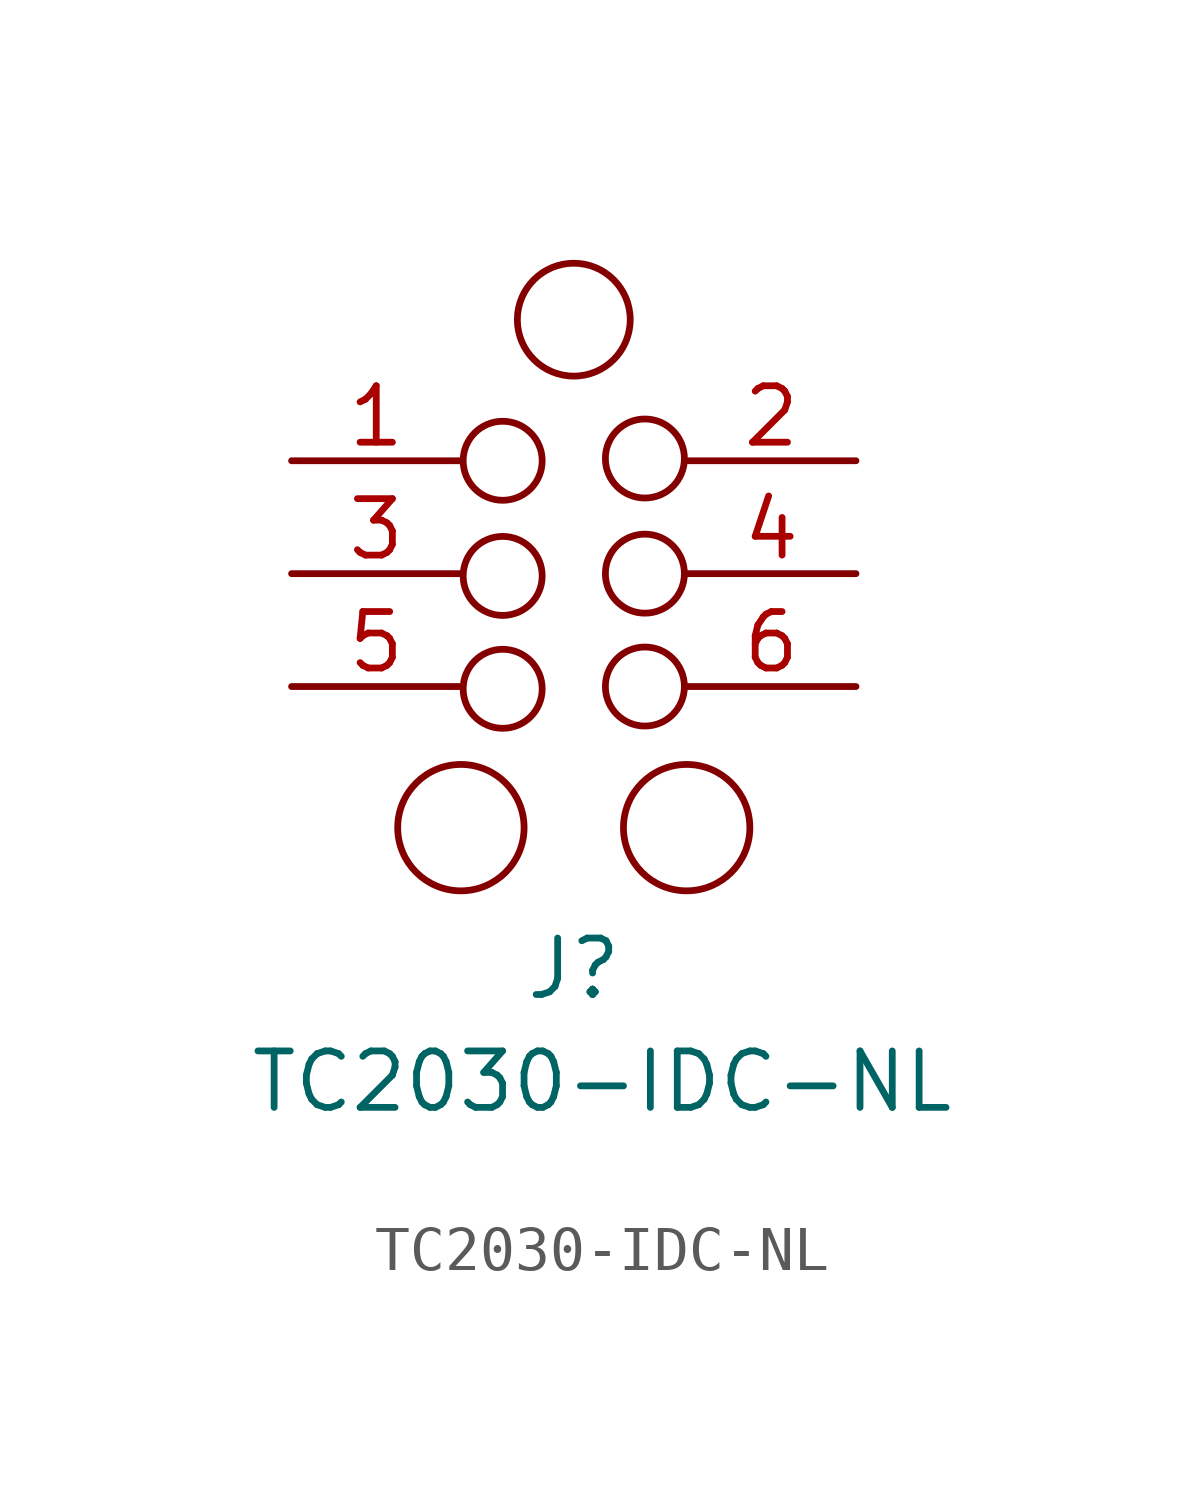
<source format=kicad_sym>
(kicad_symbol_lib
  (version 20220914)
  (generator kicad_symbol_editor)
  (symbol "TC2030-IDC-NL"
    (pin_names
      (offset 1.016) hide)
    (property "Reference" "J"
      (at 0 -8.89 0)
      (effects (font (size 1.27 1.27))))
    (property "Value" "TC2030-IDC-NL"
      (at 0.635 -11.43 0)
      (effects (font (size 1.27 1.27))))
    (symbol "TC2030-IDC-NL_0_1"
      (circle (center -2.54 -5.715) (radius 1.422) (stroke (width 0) (type default)) (fill (type none)))
      (circle (center -1.6 2.54) (radius 0.889) (stroke (width 0) (type default)) (fill (type none)))
      (circle (center 0 5.715) (radius 1.27) (stroke (width 0) (type default)) (fill (type none))))
    (symbol "TC2030-IDC-NL_1_1"
      (circle (center -1.6 -2.591) (radius 0.889) (stroke (width 0) (type default)) (fill (type none)))
      (circle (center -1.6 -0.051) (radius 0.889) (stroke (width 0) (type default)) (fill (type none)))
      (circle (center 1.6 -2.54) (radius 0.889) (stroke (width 0) (type default)) (fill (type none)))
      (circle (center 1.6 0) (radius 0.889) (stroke (width 0) (type default)) (fill (type none)))
      (circle (center 1.6 2.591) (radius 0.889) (stroke (width 0) (type default)) (fill (type none)))
      (circle (center 2.54 -5.715) (radius 1.422) (stroke (width 0) (type default)) (fill (type none)))
      (pin passive line (at -6.35 2.54 0) (length 3.81) (name "Pin_1" (effects (font (size 1.27 1.27)))) (number "1" (effects (font (size 1.27 1.27)))))
      (pin passive line (at 6.35 2.54 180) (length 3.81) (name "Pin_2" (effects (font (size 1.27 1.27)))) (number "2" (effects (font (size 1.27 1.27)))))
      (pin passive line (at -6.35 0 0) (length 3.81) (name "Pin_3" (effects (font (size 1.27 1.27)))) (number "3" (effects (font (size 1.27 1.27)))))
      (pin passive line (at 6.35 0 180) (length 3.81) (name "Pin_4" (effects (font (size 1.27 1.27)))) (number "4" (effects (font (size 1.27 1.27)))))
      (pin passive line (at -6.35 -2.54 0) (length 3.81) (name "Pin_5" (effects (font (size 1.27 1.27)))) (number "5" (effects (font (size 1.27 1.27)))))
      (pin passive line (at 6.35 -2.54 180) (length 3.81) (name "Pin_6" (effects (font (size 1.27 1.27)))) (number "6" (effects (font (size 1.27 1.27))))))))
</source>
